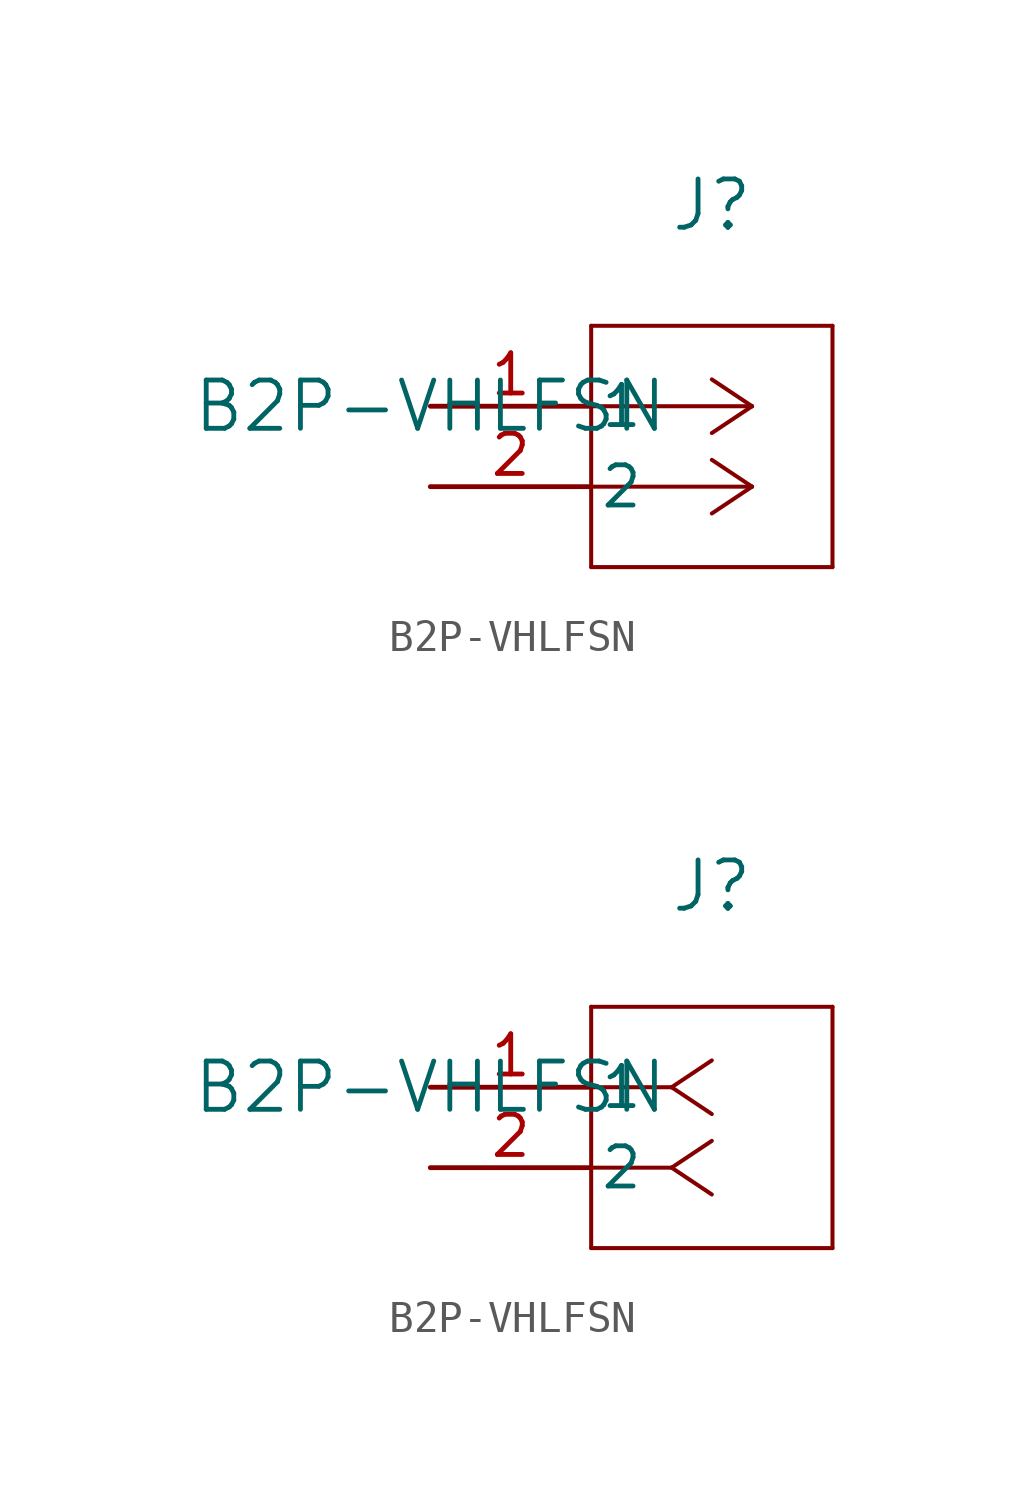
<source format=kicad_sym>
(kicad_symbol_lib
  (version 20211014)
  (generator kicad_symbol_editor)
  (symbol "B2P-VHLFSN"
    (pin_names
      (offset 0.254))
    (property "Reference" "J"
      (at 8.89 6.35 0)
      (effects (font (size 1.524 1.524))))
    (property "Value" "B2P-VHLFSN"
      (at 0 0 0)
      (effects (font (size 1.524 1.524))))
    (symbol "B2P-VHLFSN_1_1"
      (polyline (pts (xy 10.16 0) (xy 5.08 0)) (stroke (width 0.127) (type default) (color 0 0 0 0)) (fill (type none)))
      (polyline (pts (xy 10.16 -2.54) (xy 5.08 -2.54)) (stroke (width 0.127) (type default) (color 0 0 0 0)) (fill (type none)))
      (polyline (pts (xy 10.16 0) (xy 8.89 0.847)) (stroke (width 0.127) (type default) (color 0 0 0 0)) (fill (type none)))
      (polyline (pts (xy 10.16 -2.54) (xy 8.89 -1.693)) (stroke (width 0.127) (type default) (color 0 0 0 0)) (fill (type none)))
      (polyline (pts (xy 10.16 0) (xy 8.89 -0.847)) (stroke (width 0.127) (type default) (color 0 0 0 0)) (fill (type none)))
      (polyline (pts (xy 10.16 -2.54) (xy 8.89 -3.387)) (stroke (width 0.127) (type default) (color 0 0 0 0)) (fill (type none)))
      (polyline (pts (xy 5.08 2.54) (xy 5.08 -5.08)) (stroke (width 0.127) (type default) (color 0 0 0 0)) (fill (type none)))
      (polyline (pts (xy 5.08 -5.08) (xy 12.7 -5.08)) (stroke (width 0.127) (type default) (color 0 0 0 0)) (fill (type none)))
      (polyline (pts (xy 12.7 -5.08) (xy 12.7 2.54)) (stroke (width 0.127) (type default) (color 0 0 0 0)) (fill (type none)))
      (polyline (pts (xy 12.7 2.54) (xy 5.08 2.54)) (stroke (width 0.127) (type default) (color 0 0 0 0)) (fill (type none)))
      (pin unspecified line (at 0 0 0) (length 5.08) (name "1" (effects (font (size 1.27 1.27)))) (number "1" (effects (font (size 1.27 1.27)))))
      (pin unspecified line (at 0 -2.54 0) (length 5.08) (name "2" (effects (font (size 1.27 1.27)))) (number "2" (effects (font (size 1.27 1.27))))))
    (symbol "B2P-VHLFSN_1_2"
      (polyline (pts (xy 7.62 0) (xy 5.08 0)) (stroke (width 0.127) (type default) (color 0 0 0 0)) (fill (type none)))
      (polyline (pts (xy 7.62 -2.54) (xy 5.08 -2.54)) (stroke (width 0.127) (type default) (color 0 0 0 0)) (fill (type none)))
      (polyline (pts (xy 7.62 0) (xy 8.89 0.847)) (stroke (width 0.127) (type default) (color 0 0 0 0)) (fill (type none)))
      (polyline (pts (xy 7.62 -2.54) (xy 8.89 -1.693)) (stroke (width 0.127) (type default) (color 0 0 0 0)) (fill (type none)))
      (polyline (pts (xy 7.62 0) (xy 8.89 -0.847)) (stroke (width 0.127) (type default) (color 0 0 0 0)) (fill (type none)))
      (polyline (pts (xy 7.62 -2.54) (xy 8.89 -3.387)) (stroke (width 0.127) (type default) (color 0 0 0 0)) (fill (type none)))
      (polyline (pts (xy 5.08 2.54) (xy 5.08 -5.08)) (stroke (width 0.127) (type default) (color 0 0 0 0)) (fill (type none)))
      (polyline (pts (xy 5.08 -5.08) (xy 12.7 -5.08)) (stroke (width 0.127) (type default) (color 0 0 0 0)) (fill (type none)))
      (polyline (pts (xy 12.7 -5.08) (xy 12.7 2.54)) (stroke (width 0.127) (type default) (color 0 0 0 0)) (fill (type none)))
      (polyline (pts (xy 12.7 2.54) (xy 5.08 2.54)) (stroke (width 0.127) (type default) (color 0 0 0 0)) (fill (type none)))
      (pin unspecified line (at 0 0 0) (length 5.08) (name "1" (effects (font (size 1.27 1.27)))) (number "1" (effects (font (size 1.27 1.27)))))
      (pin unspecified line (at 0 -2.54 0) (length 5.08) (name "2" (effects (font (size 1.27 1.27)))) (number "2" (effects (font (size 1.27 1.27))))))))
</source>
